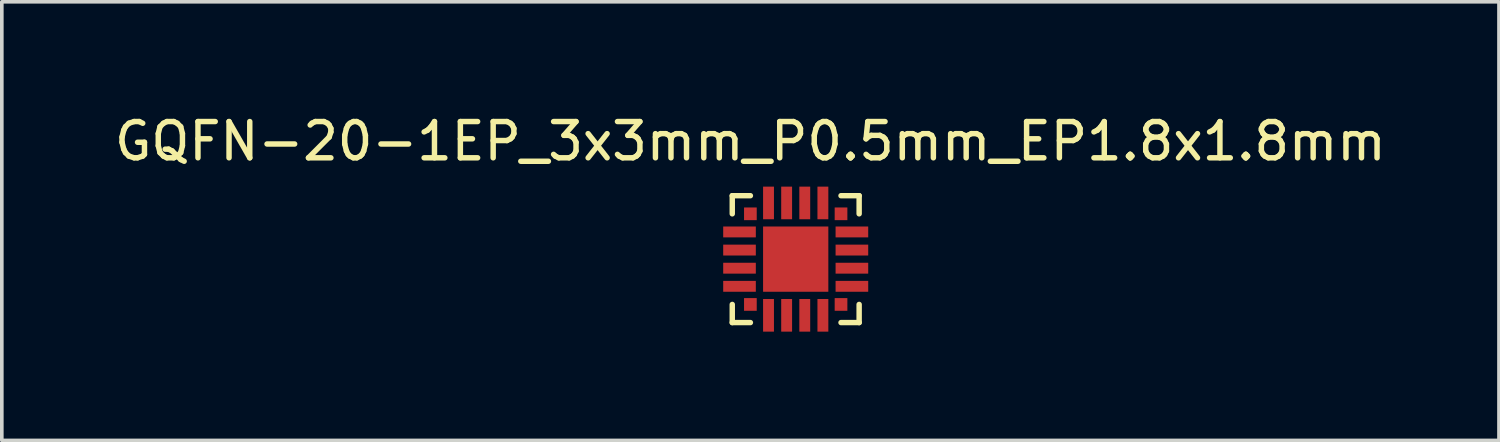
<source format=kicad_pcb>
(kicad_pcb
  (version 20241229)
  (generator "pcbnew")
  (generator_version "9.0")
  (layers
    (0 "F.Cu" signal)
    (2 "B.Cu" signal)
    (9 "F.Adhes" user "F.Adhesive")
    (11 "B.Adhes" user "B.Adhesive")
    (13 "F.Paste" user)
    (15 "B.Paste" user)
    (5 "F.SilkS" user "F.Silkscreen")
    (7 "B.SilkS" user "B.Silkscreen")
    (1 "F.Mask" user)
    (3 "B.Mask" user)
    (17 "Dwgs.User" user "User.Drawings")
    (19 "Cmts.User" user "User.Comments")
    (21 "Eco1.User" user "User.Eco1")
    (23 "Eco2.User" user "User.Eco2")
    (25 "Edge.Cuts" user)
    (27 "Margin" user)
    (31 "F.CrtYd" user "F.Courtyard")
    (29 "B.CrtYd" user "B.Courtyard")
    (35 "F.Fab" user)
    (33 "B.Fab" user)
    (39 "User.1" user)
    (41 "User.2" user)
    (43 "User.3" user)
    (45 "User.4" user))
  (footprint "GQFN-20-1EP_3x3mm_P0.5mm_EP1.8x1.8mm"
    (layer "F.Cu")
    (at 17.649 2.848)
    (property "Reference" "GQFN-20-1EP_3x3mm_P0.5mm_EP1.8x1.8mm" (at 0 -2 0) (layer "F.SilkS") (effects (font (size 1 1) (thickness 0.15))))
    (attr through_hole)
    (fp_line (start -0.5 -0.5) (end 0 -0.5) (stroke (width 0.15) (type solid)) (layer "F.SilkS"))
    (fp_line (start -0.5 0) (end -0.5 -0.5) (stroke (width 0.15) (type solid)) (layer "F.SilkS"))
    (fp_line (start -0.5 2.5) (end -0.5 3) (stroke (width 0.15) (type solid)) (layer "F.SilkS"))
    (fp_line (start -0.5 3) (end 0 3) (stroke (width 0.15) (type solid)) (layer "F.SilkS"))
    (fp_line (start 2.5 3) (end 3 3) (stroke (width 0.15) (type solid)) (layer "F.SilkS"))
    (fp_line (start 3 -0.5) (end 2.5 -0.5) (stroke (width 0.15) (type solid)) (layer "F.SilkS"))
    (fp_line (start 3 0) (end 3 -0.5) (stroke (width 0.15) (type solid)) (layer "F.SilkS"))
    (fp_line (start 3 3) (end 3 2.5) (stroke (width 0.15) (type solid)) (layer "F.SilkS"))
    (pad "1" smd rect (at 0 0) (size 0.35 0.35) (layers "F.Cu" "F.Mask" "F.Paste"))
    (pad "2" smd rect (at -0.3 0.5) (size 0.9 0.3) (layers "F.Cu" "F.Mask" "F.Paste"))
    (pad "3" smd rect (at -0.3 1) (size 0.9 0.3) (layers "F.Cu" "F.Mask" "F.Paste"))
    (pad "4" smd rect (at -0.3 1.5) (size 0.9 0.3) (layers "F.Cu" "F.Mask" "F.Paste"))
    (pad "5" smd rect (at -0.3 2) (size 0.9 0.3) (layers "F.Cu" "F.Mask" "F.Paste"))
    (pad "6" smd rect (at 0 2.5) (size 0.35 0.35) (layers "F.Cu" "F.Mask" "F.Paste"))
    (pad "7" smd rect (at 0.5 2.8) (size 0.3 0.9) (layers "F.Cu" "F.Mask" "F.Paste"))
    (pad "8" smd rect (at 1 2.8) (size 0.3 0.9) (layers "F.Cu" "F.Mask" "F.Paste"))
    (pad "9" smd rect (at 1.5 2.8) (size 0.3 0.9) (layers "F.Cu" "F.Mask" "F.Paste"))
    (pad "10" smd rect (at 2 2.8) (size 0.3 0.9) (layers "F.Cu" "F.Mask" "F.Paste"))
    (pad "11" smd rect (at 2.5 2.5) (size 0.35 0.35) (layers "F.Cu" "F.Mask" "F.Paste"))
    (pad "12" smd rect (at 2.8 2) (size 0.9 0.3) (layers "F.Cu" "F.Mask" "F.Paste"))
    (pad "13" smd rect (at 2.8 1.5) (size 0.9 0.3) (layers "F.Cu" "F.Mask" "F.Paste"))
    (pad "14" smd rect (at 2.8 1) (size 0.9 0.3) (layers "F.Cu" "F.Mask" "F.Paste"))
    (pad "15" smd rect (at 2.8 0.5) (size 0.9 0.3) (layers "F.Cu" "F.Mask" "F.Paste"))
    (pad "16" smd rect (at 2.5 0) (size 0.35 0.35) (layers "F.Cu" "F.Mask" "F.Paste"))
    (pad "17" smd rect (at 2 -0.3) (size 0.3 0.9) (layers "F.Cu" "F.Mask" "F.Paste"))
    (pad "18" smd rect (at 1.5 -0.3) (size 0.3 0.9) (layers "F.Cu" "F.Mask" "F.Paste"))
    (pad "19" smd rect (at 1 -0.3) (size 0.3 0.9) (layers "F.Cu" "F.Mask" "F.Paste"))
    (pad "20" smd rect (at 0.5 -0.3) (size 0.3 0.9) (layers "F.Cu" "F.Mask" "F.Paste"))
    (pad "21" smd rect (at 1.25 1.25) (size 1.8 1.8) (layers "F.Cu" "F.Mask" "F.Paste")))
  (gr_rect
    (start -3 -3)
    (end 38.298 9.098)
    (stroke (width 0.1) (type default))
    (fill no)
    (layer "Edge.Cuts")))
</source>
